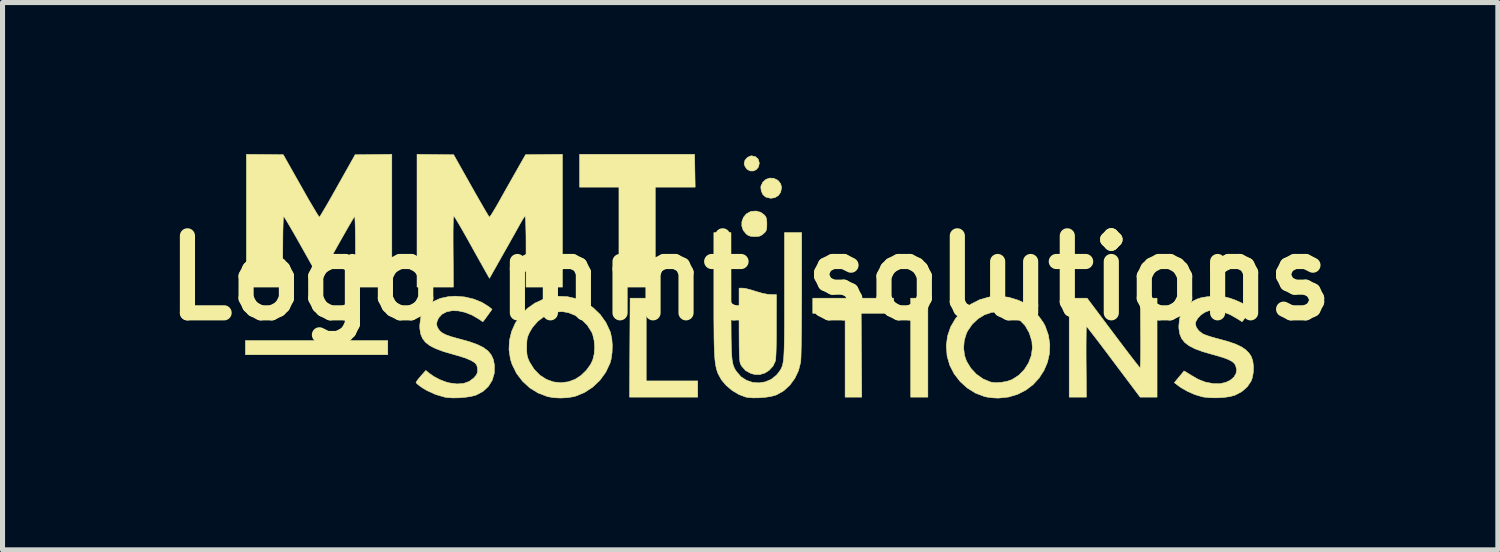
<source format=kicad_pcb>
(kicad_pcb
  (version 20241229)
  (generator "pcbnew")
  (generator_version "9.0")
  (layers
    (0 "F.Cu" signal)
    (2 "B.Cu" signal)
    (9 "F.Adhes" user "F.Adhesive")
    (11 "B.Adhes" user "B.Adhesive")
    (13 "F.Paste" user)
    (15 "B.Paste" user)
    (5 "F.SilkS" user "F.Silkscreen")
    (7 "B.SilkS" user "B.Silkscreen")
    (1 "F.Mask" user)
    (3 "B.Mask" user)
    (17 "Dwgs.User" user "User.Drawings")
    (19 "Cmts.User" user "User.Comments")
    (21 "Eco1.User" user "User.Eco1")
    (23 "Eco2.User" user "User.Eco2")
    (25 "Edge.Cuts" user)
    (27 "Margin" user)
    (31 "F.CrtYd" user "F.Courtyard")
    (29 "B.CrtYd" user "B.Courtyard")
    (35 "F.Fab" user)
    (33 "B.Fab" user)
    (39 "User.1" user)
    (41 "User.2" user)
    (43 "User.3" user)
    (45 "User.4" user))
  (footprint "Logo mmt solutions"
    (layer "F.Cu")
    (at 11.8 2.453)
    (property "Reference" "Logo mmt solutions" (at 0 0 0) (layer "F.SilkS") (effects (font (size 1.524 1.524) (thickness 0.3))))
    (attr through_hole)
    (fp_poly (pts (xy -7.174 1.519) (xy -9.992 1.519) (xy -9.992 1.239) (xy -7.174 1.239) (xy -7.174 1.519)) (stroke (width 0.01) (type solid)) (fill yes) (layer "F.SilkS"))
    (fp_poly (pts (xy 3.517 2.358) (xy 3.177 2.358) (xy 3.177 0.4) (xy 3.517 0.4) (xy 3.517 2.358)) (stroke (width 0.01) (type solid)) (fill yes) (layer "F.SilkS"))
    (fp_poly (pts (xy -2.058 2.038) (xy -1.039 2.038) (xy -1.039 2.358) (xy -1.714 2.358) (xy -2.388 2.358) (xy -2.377 0.4) (xy -2.058 0.4) (xy -2.058 2.038)) (stroke (width 0.01) (type solid)) (fill yes) (layer "F.SilkS"))
    (fp_poly (pts (xy -1.095 -2.123) (xy -1.089 -1.799) (xy -1.484 -1.799) (xy -1.879 -1.799) (xy -1.879 0.18) (xy -2.598 0.18) (xy -2.598 -1.799) (xy -3.377 -1.799) (xy -3.377 -2.448) (xy -1.101 -2.448) (xy -1.095 -2.123)) (stroke (width 0.01) (type solid)) (fill yes) (layer "F.SilkS"))
    (fp_poly (pts (xy 2.838 0.699) (xy 2.197 0.699) (xy 2.203 1.529) (xy 2.208 2.358) (xy 2.043 2.358) (xy 1.879 2.358) (xy 1.879 0.699) (xy 1.239 0.699) (xy 1.239 0.4) (xy 2.838 0.4) (xy 2.838 0.699)) (stroke (width 0.01) (type solid)) (fill yes) (layer "F.SilkS"))
    (fp_poly (pts (xy 0.106 -2.401) (xy 0.157 -2.355) (xy 0.179 -2.283) (xy 0.18 -2.268) (xy 0.164 -2.197) (xy 0.122 -2.146) (xy 0.065 -2.119) (xy 0.002 -2.119) (xy -0.058 -2.149) (xy -0.078 -2.171) (xy -0.108 -2.221) (xy -0.12 -2.268) (xy -0.12 -2.268) (xy -0.102 -2.334) (xy -0.055 -2.387) (xy 0.008 -2.416) (xy 0.031 -2.418) (xy 0.106 -2.401)) (stroke (width 0.01) (type solid)) (fill yes) (layer "F.SilkS"))
    (fp_poly (pts (xy 0.466 -1.974) (xy 0.54 -1.938) (xy 0.561 -1.92) (xy 0.603 -1.866) (xy 0.619 -1.806) (xy 0.62 -1.779) (xy 0.602 -1.695) (xy 0.556 -1.631) (xy 0.489 -1.591) (xy 0.408 -1.578) (xy 0.321 -1.598) (xy 0.296 -1.61) (xy 0.249 -1.655) (xy 0.219 -1.723) (xy 0.21 -1.797) (xy 0.214 -1.823) (xy 0.251 -1.899) (xy 0.311 -1.952) (xy 0.386 -1.978) (xy 0.466 -1.974)) (stroke (width 0.01) (type solid)) (fill yes) (layer "F.SilkS"))
    (fp_poly (pts (xy 0.21 -1.3) (xy 0.281 -1.247) (xy 0.309 -1.212) (xy 0.323 -1.17) (xy 0.329 -1.11) (xy 0.33 -1.066) (xy 0.328 -0.994) (xy 0.32 -0.948) (xy 0.301 -0.914) (xy 0.267 -0.88) (xy 0.264 -0.878) (xy 0.217 -0.842) (xy 0.169 -0.824) (xy 0.101 -0.819) (xy 0.091 -0.819) (xy 0.017 -0.824) (xy -0.036 -0.841) (xy -0.078 -0.871) (xy -0.138 -0.944) (xy -0.166 -1.029) (xy -0.164 -1.118) (xy -0.133 -1.201) (xy -0.076 -1.269) (xy 0.005 -1.314) (xy 0.019 -1.319) (xy 0.117 -1.326) (xy 0.21 -1.3)) (stroke (width 0.01) (type solid)) (fill yes) (layer "F.SilkS"))
    (fp_poly (pts (xy -0.099 0.206) (xy -0.024 0.224) (xy 0.063 0.249) (xy 0.105 0.263) (xy 0.235 0.301) (xy 0.348 0.323) (xy 0.405 0.327) (xy 0.52 0.329) (xy 0.519 0.949) (xy 0.519 1.123) (xy 0.517 1.28) (xy 0.514 1.415) (xy 0.51 1.523) (xy 0.505 1.6) (xy 0.499 1.642) (xy 0.499 1.643) (xy 0.452 1.743) (xy 0.374 1.828) (xy 0.291 1.881) (xy 0.189 1.912) (xy 0.09 1.91) (xy 0.013 1.889) (xy -0.091 1.833) (xy -0.167 1.747) (xy -0.189 1.708) (xy -0.197 1.686) (xy -0.204 1.654) (xy -0.209 1.608) (xy -0.213 1.546) (xy -0.216 1.462) (xy -0.218 1.352) (xy -0.219 1.213) (xy -0.22 1.04) (xy -0.22 0.921) (xy -0.22 0.2) (xy -0.149 0.2) (xy -0.099 0.206)) (stroke (width 0.01) (type solid)) (fill yes) (layer "F.SilkS"))
    (fp_poly (pts (xy 7.889 0.4) (xy 8.054 0.4) (xy 8.054 2.358) (xy 7.719 2.358) (xy 7.194 1.659) (xy 7.084 1.512) (xy 6.982 1.377) (xy 6.889 1.254) (xy 6.808 1.149) (xy 6.742 1.064) (xy 6.694 1.002) (xy 6.665 0.966) (xy 6.657 0.959) (xy 6.655 0.978) (xy 6.652 1.033) (xy 6.651 1.119) (xy 6.65 1.231) (xy 6.649 1.365) (xy 6.649 1.516) (xy 6.65 1.659) (xy 6.656 2.358) (xy 6.315 2.358) (xy 6.315 0.4) (xy 6.67 0.4) (xy 7.187 1.089) (xy 7.296 1.234) (xy 7.398 1.369) (xy 7.49 1.49) (xy 7.57 1.594) (xy 7.635 1.678) (xy 7.684 1.739) (xy 7.712 1.773) (xy 7.718 1.779) (xy 7.722 1.759) (xy 7.724 1.705) (xy 7.727 1.619) (xy 7.728 1.507) (xy 7.729 1.374) (xy 7.729 1.223) (xy 7.728 1.089) (xy 7.724 0.4) (xy 7.889 0.4)) (stroke (width 0.01) (type solid)) (fill yes) (layer "F.SilkS"))
    (fp_poly (pts (xy -7.094 -1.134) (xy -7.094 0.18) (xy -7.814 0.18) (xy -7.814 -0.52) (xy -7.814 -0.682) (xy -7.815 -0.832) (xy -7.817 -0.963) (xy -7.82 -1.072) (xy -7.823 -1.153) (xy -7.826 -1.204) (xy -7.829 -1.219) (xy -7.842 -1.202) (xy -7.872 -1.154) (xy -7.916 -1.079) (xy -7.973 -0.981) (xy -8.04 -0.863) (xy -8.115 -0.731) (xy -8.184 -0.609) (xy -8.275 -0.446) (xy -8.349 -0.315) (xy -8.407 -0.213) (xy -8.453 -0.137) (xy -8.487 -0.084) (xy -8.512 -0.05) (xy -8.529 -0.033) (xy -8.541 -0.029) (xy -8.549 -0.035) (xy -8.565 -0.06) (xy -8.598 -0.116) (xy -8.645 -0.198) (xy -8.704 -0.302) (xy -8.772 -0.423) (xy -8.847 -0.557) (xy -8.896 -0.644) (xy -8.974 -0.782) (xy -9.046 -0.908) (xy -9.11 -1.018) (xy -9.163 -1.108) (xy -9.203 -1.174) (xy -9.228 -1.212) (xy -9.235 -1.219) (xy -9.239 -1.2) (xy -9.243 -1.145) (xy -9.246 -1.059) (xy -9.249 -0.947) (xy -9.251 -0.813) (xy -9.252 -0.662) (xy -9.253 -0.52) (xy -9.253 0.18) (xy -9.972 0.18) (xy -9.972 -1.134) (xy -9.972 -2.448) (xy -9.607 -2.445) (xy -9.243 -2.441) (xy -8.893 -1.821) (xy -8.812 -1.678) (xy -8.737 -1.546) (xy -8.669 -1.431) (xy -8.612 -1.335) (xy -8.568 -1.263) (xy -8.539 -1.218) (xy -8.527 -1.205) (xy -8.514 -1.223) (xy -8.484 -1.272) (xy -8.439 -1.348) (xy -8.381 -1.446) (xy -8.313 -1.564) (xy -8.238 -1.697) (xy -8.166 -1.825) (xy -7.82 -2.44) (xy -7.457 -2.444) (xy -7.094 -2.448) (xy -7.094 -1.134)) (stroke (width 0.01) (type solid)) (fill yes) (layer "F.SilkS"))
    (fp_poly (pts (xy -3.717 -1.134) (xy -3.717 0.18) (xy -4.437 0.18) (xy -4.437 -0.52) (xy -4.437 -0.697) (xy -4.438 -0.854) (xy -4.441 -0.988) (xy -4.444 -1.094) (xy -4.448 -1.17) (xy -4.452 -1.212) (xy -4.455 -1.219) (xy -4.464 -1.215) (xy -4.478 -1.199) (xy -4.499 -1.167) (xy -4.53 -1.115) (xy -4.573 -1.039) (xy -4.631 -0.934) (xy -4.667 -0.869) (xy -4.694 -0.822) (xy -4.736 -0.747) (xy -4.79 -0.65) (xy -4.853 -0.54) (xy -4.92 -0.421) (xy -4.942 -0.382) (xy -5.161 0.006) (xy -5.228 -0.112) (xy -5.256 -0.161) (xy -5.299 -0.239) (xy -5.356 -0.34) (xy -5.422 -0.458) (xy -5.494 -0.587) (xy -5.569 -0.722) (xy -5.57 -0.724) (xy -5.642 -0.852) (xy -5.708 -0.968) (xy -5.766 -1.068) (xy -5.813 -1.147) (xy -5.847 -1.201) (xy -5.864 -1.225) (xy -5.865 -1.226) (xy -5.871 -1.209) (xy -5.876 -1.152) (xy -5.879 -1.056) (xy -5.881 -0.922) (xy -5.881 -0.749) (xy -5.88 -0.539) (xy -5.88 -0.527) (xy -5.874 0.18) (xy -6.595 0.18) (xy -6.595 -1.134) (xy -6.595 -2.448) (xy -6.232 -2.444) (xy -5.87 -2.44) (xy -5.524 -1.825) (xy -5.443 -1.682) (xy -5.368 -1.551) (xy -5.301 -1.435) (xy -5.245 -1.338) (xy -5.201 -1.265) (xy -5.173 -1.219) (xy -5.162 -1.205) (xy -5.148 -1.22) (xy -5.117 -1.265) (xy -5.075 -1.334) (xy -5.023 -1.421) (xy -4.97 -1.514) (xy -4.896 -1.647) (xy -4.811 -1.798) (xy -4.724 -1.951) (xy -4.645 -2.091) (xy -4.62 -2.135) (xy -4.446 -2.441) (xy -4.082 -2.445) (xy -3.717 -2.448) (xy -3.717 -1.134)) (stroke (width 0.01) (type solid)) (fill yes) (layer "F.SilkS"))
    (fp_poly (pts (xy 5.116 0.381) (xy 5.306 0.439) (xy 5.4 0.483) (xy 5.507 0.555) (xy 5.617 0.652) (xy 5.718 0.765) (xy 5.801 0.881) (xy 5.838 0.948) (xy 5.903 1.13) (xy 5.931 1.313) (xy 5.924 1.494) (xy 5.885 1.667) (xy 5.816 1.83) (xy 5.72 1.979) (xy 5.6 2.11) (xy 5.457 2.219) (xy 5.295 2.302) (xy 5.115 2.356) (xy 4.921 2.377) (xy 4.897 2.377) (xy 4.804 2.372) (xy 4.709 2.361) (xy 4.639 2.347) (xy 4.46 2.279) (xy 4.298 2.178) (xy 4.156 2.05) (xy 4.039 1.899) (xy 3.952 1.731) (xy 3.899 1.55) (xy 3.897 1.537) (xy 3.886 1.384) (xy 4.225 1.384) (xy 4.243 1.532) (xy 4.281 1.643) (xy 4.366 1.784) (xy 4.477 1.904) (xy 4.608 1.997) (xy 4.752 2.057) (xy 4.764 2.061) (xy 4.858 2.072) (xy 4.971 2.066) (xy 5.085 2.045) (xy 5.183 2.011) (xy 5.187 2.009) (xy 5.318 1.924) (xy 5.427 1.813) (xy 5.51 1.681) (xy 5.565 1.536) (xy 5.586 1.385) (xy 5.576 1.252) (xy 5.524 1.085) (xy 5.442 0.942) (xy 5.329 0.825) (xy 5.19 0.736) (xy 5.065 0.688) (xy 4.921 0.666) (xy 4.777 0.681) (xy 4.638 0.729) (xy 4.509 0.808) (xy 4.396 0.915) (xy 4.305 1.047) (xy 4.281 1.095) (xy 4.238 1.234) (xy 4.225 1.384) (xy 3.886 1.384) (xy 3.882 1.338) (xy 3.907 1.147) (xy 3.969 0.966) (xy 4.068 0.798) (xy 4.204 0.645) (xy 4.207 0.642) (xy 4.368 0.518) (xy 4.544 0.429) (xy 4.73 0.376) (xy 4.922 0.36) (xy 5.116 0.381)) (stroke (width 0.01) (type solid)) (fill yes) (layer "F.SilkS"))
    (fp_poly (pts (xy -3.62 0.369) (xy -3.436 0.411) (xy -3.263 0.486) (xy -3.106 0.591) (xy -2.969 0.723) (xy -2.856 0.881) (xy -2.772 1.061) (xy -2.766 1.079) (xy -2.74 1.195) (xy -2.729 1.332) (xy -2.734 1.475) (xy -2.753 1.608) (xy -2.775 1.687) (xy -2.86 1.867) (xy -2.976 2.026) (xy -3.119 2.161) (xy -3.283 2.268) (xy -3.463 2.341) (xy -3.491 2.348) (xy -3.615 2.369) (xy -3.756 2.376) (xy -3.898 2.368) (xy -4.015 2.347) (xy -4.197 2.277) (xy -4.363 2.175) (xy -4.507 2.043) (xy -4.625 1.888) (xy -4.712 1.712) (xy -4.746 1.608) (xy -4.774 1.422) (xy -4.772 1.369) (xy -4.424 1.369) (xy -4.423 1.462) (xy -4.416 1.53) (xy -4.401 1.586) (xy -4.376 1.645) (xy -4.367 1.664) (xy -4.277 1.807) (xy -4.165 1.922) (xy -4.036 2.006) (xy -3.895 2.057) (xy -3.747 2.073) (xy -3.597 2.054) (xy -3.467 2.006) (xy -3.35 1.93) (xy -3.243 1.827) (xy -3.158 1.709) (xy -3.117 1.624) (xy -3.088 1.505) (xy -3.079 1.372) (xy -3.089 1.237) (xy -3.118 1.117) (xy -3.135 1.075) (xy -3.224 0.935) (xy -3.34 0.819) (xy -3.464 0.74) (xy -3.595 0.687) (xy -3.717 0.665) (xy -3.842 0.674) (xy -3.934 0.697) (xy -4.074 0.759) (xy -4.201 0.854) (xy -4.307 0.974) (xy -4.366 1.073) (xy -4.395 1.136) (xy -4.413 1.191) (xy -4.421 1.254) (xy -4.424 1.338) (xy -4.424 1.369) (xy -4.772 1.369) (xy -4.766 1.238) (xy -4.723 1.059) (xy -4.649 0.892) (xy -4.545 0.739) (xy -4.416 0.606) (xy -4.263 0.498) (xy -4.089 0.417) (xy -4.004 0.391) (xy -3.811 0.361) (xy -3.62 0.369)) (stroke (width 0.01) (type solid)) (fill yes) (layer "F.SilkS"))
    (fp_poly (pts (xy -0.379 0.335) (xy -0.379 0.601) (xy -0.379 0.83) (xy -0.378 1.025) (xy -0.377 1.19) (xy -0.374 1.327) (xy -0.37 1.44) (xy -0.365 1.532) (xy -0.359 1.607) (xy -0.35 1.666) (xy -0.339 1.714) (xy -0.326 1.753) (xy -0.311 1.788) (xy -0.293 1.82) (xy -0.271 1.852) (xy -0.27 1.854) (xy -0.182 1.955) (xy -0.074 2.025) (xy 0.047 2.066) (xy 0.173 2.076) (xy 0.299 2.056) (xy 0.416 2.006) (xy 0.518 1.925) (xy 0.561 1.874) (xy 0.584 1.841) (xy 0.604 1.811) (xy 0.621 1.778) (xy 0.635 1.742) (xy 0.647 1.697) (xy 0.656 1.642) (xy 0.664 1.573) (xy 0.669 1.487) (xy 0.673 1.38) (xy 0.676 1.25) (xy 0.678 1.094) (xy 0.679 0.908) (xy 0.679 0.69) (xy 0.679 0.436) (xy 0.679 0.346) (xy 0.679 -0.899) (xy 1.019 -0.899) (xy 1.019 0.315) (xy 1.018 0.552) (xy 1.017 0.776) (xy 1.016 0.983) (xy 1.014 1.17) (xy 1.011 1.332) (xy 1.008 1.467) (xy 1.005 1.572) (xy 1.001 1.642) (xy 0.999 1.666) (xy 0.957 1.833) (xy 0.884 1.986) (xy 0.785 2.121) (xy 0.664 2.232) (xy 0.526 2.311) (xy 0.505 2.319) (xy 0.417 2.343) (xy 0.304 2.361) (xy 0.18 2.371) (xy 0.059 2.373) (xy -0.045 2.365) (xy -0.088 2.357) (xy -0.224 2.306) (xy -0.356 2.227) (xy -0.475 2.127) (xy -0.57 2.014) (xy -0.636 1.894) (xy -0.638 1.889) (xy -0.654 1.844) (xy -0.668 1.797) (xy -0.679 1.747) (xy -0.689 1.69) (xy -0.697 1.622) (xy -0.704 1.54) (xy -0.709 1.441) (xy -0.713 1.322) (xy -0.716 1.179) (xy -0.717 1.009) (xy -0.719 0.809) (xy -0.719 0.575) (xy -0.719 0.315) (xy -0.719 -0.899) (xy -0.38 -0.899) (xy -0.379 0.335)) (stroke (width 0.01) (type solid)) (fill yes) (layer "F.SilkS"))
    (fp_poly (pts (xy -5.652 0.375) (xy -5.473 0.417) (xy -5.31 0.483) (xy -5.172 0.569) (xy -5.158 0.581) (xy -5.111 0.62) (xy -5.164 0.695) (xy -5.206 0.753) (xy -5.245 0.807) (xy -5.254 0.818) (xy -5.292 0.867) (xy -5.369 0.814) (xy -5.506 0.734) (xy -5.643 0.68) (xy -5.776 0.651) (xy -5.899 0.647) (xy -6.009 0.669) (xy -6.099 0.716) (xy -6.166 0.788) (xy -6.195 0.85) (xy -6.208 0.904) (xy -6.2 0.952) (xy -6.182 0.993) (xy -6.149 1.042) (xy -6.1 1.084) (xy -6.029 1.122) (xy -5.93 1.158) (xy -5.799 1.195) (xy -5.745 1.209) (xy -5.555 1.262) (xy -5.401 1.317) (xy -5.28 1.377) (xy -5.19 1.445) (xy -5.125 1.524) (xy -5.084 1.615) (xy -5.063 1.722) (xy -5.062 1.735) (xy -5.066 1.887) (xy -5.107 2.025) (xy -5.182 2.145) (xy -5.288 2.244) (xy -5.422 2.316) (xy -5.427 2.318) (xy -5.515 2.342) (xy -5.629 2.36) (xy -5.755 2.371) (xy -5.881 2.374) (xy -5.991 2.367) (xy -6.045 2.359) (xy -6.229 2.305) (xy -6.402 2.226) (xy -6.49 2.173) (xy -6.55 2.13) (xy -6.594 2.094) (xy -6.614 2.071) (xy -6.615 2.069) (xy -6.602 2.045) (xy -6.569 2) (xy -6.523 1.945) (xy -6.518 1.939) (xy -6.421 1.83) (xy -6.355 1.885) (xy -6.26 1.951) (xy -6.144 2.012) (xy -6.024 2.058) (xy -5.959 2.076) (xy -5.804 2.097) (xy -5.672 2.087) (xy -5.561 2.047) (xy -5.471 1.979) (xy -5.423 1.923) (xy -5.4 1.875) (xy -5.396 1.83) (xy -5.401 1.769) (xy -5.415 1.721) (xy -5.416 1.718) (xy -5.456 1.674) (xy -5.529 1.63) (xy -5.638 1.584) (xy -5.784 1.538) (xy -5.884 1.51) (xy -6.071 1.456) (xy -6.221 1.4) (xy -6.338 1.341) (xy -6.425 1.275) (xy -6.485 1.199) (xy -6.522 1.111) (xy -6.539 1.007) (xy -6.541 0.939) (xy -6.523 0.79) (xy -6.47 0.66) (xy -6.386 0.551) (xy -6.273 0.465) (xy -6.133 0.403) (xy -5.969 0.368) (xy -5.835 0.36) (xy -5.652 0.375)) (stroke (width 0.01) (type solid)) (fill yes) (layer "F.SilkS"))
    (fp_poly (pts (xy 9.314 0.365) (xy 9.417 0.379) (xy 9.508 0.403) (xy 9.612 0.441) (xy 9.716 0.488) (xy 9.807 0.536) (xy 9.87 0.58) (xy 9.917 0.62) (xy 9.865 0.695) (xy 9.823 0.753) (xy 9.783 0.806) (xy 9.774 0.818) (xy 9.737 0.866) (xy 9.639 0.804) (xy 9.498 0.724) (xy 9.367 0.673) (xy 9.235 0.648) (xy 9.217 0.647) (xy 9.136 0.643) (xy 9.077 0.649) (xy 9.024 0.668) (xy 8.993 0.683) (xy 8.92 0.733) (xy 8.86 0.797) (xy 8.822 0.864) (xy 8.813 0.907) (xy 8.831 0.976) (xy 8.879 1.043) (xy 8.949 1.099) (xy 8.976 1.113) (xy 9.032 1.135) (xy 9.114 1.162) (xy 9.211 1.19) (xy 9.283 1.209) (xy 9.462 1.258) (xy 9.607 1.308) (xy 9.72 1.361) (xy 9.808 1.42) (xy 9.874 1.487) (xy 9.914 1.545) (xy 9.948 1.637) (xy 9.963 1.75) (xy 9.959 1.871) (xy 9.937 1.984) (xy 9.914 2.044) (xy 9.839 2.155) (xy 9.732 2.248) (xy 9.601 2.318) (xy 9.594 2.321) (xy 9.497 2.347) (xy 9.373 2.365) (xy 9.237 2.372) (xy 9.101 2.37) (xy 8.978 2.357) (xy 8.939 2.349) (xy 8.802 2.308) (xy 8.661 2.246) (xy 8.532 2.173) (xy 8.48 2.136) (xy 8.396 2.072) (xy 8.489 1.96) (xy 8.535 1.905) (xy 8.57 1.863) (xy 8.586 1.842) (xy 8.587 1.841) (xy 8.604 1.848) (xy 8.646 1.873) (xy 8.706 1.91) (xy 8.727 1.924) (xy 8.871 2.007) (xy 9.01 2.061) (xy 9.158 2.089) (xy 9.184 2.092) (xy 9.306 2.091) (xy 9.415 2.066) (xy 9.506 2.022) (xy 9.575 1.962) (xy 9.618 1.89) (xy 9.63 1.81) (xy 9.606 1.726) (xy 9.605 1.724) (xy 9.577 1.684) (xy 9.533 1.649) (xy 9.468 1.615) (xy 9.377 1.58) (xy 9.255 1.542) (xy 9.138 1.51) (xy 8.952 1.456) (xy 8.803 1.401) (xy 8.687 1.341) (xy 8.601 1.275) (xy 8.541 1.199) (xy 8.504 1.11) (xy 8.487 1.005) (xy 8.485 0.949) (xy 8.501 0.798) (xy 8.552 0.666) (xy 8.638 0.554) (xy 8.758 0.461) (xy 8.846 0.417) (xy 8.937 0.388) (xy 9.054 0.37) (xy 9.184 0.362) (xy 9.314 0.365)) (stroke (width 0.01) (type solid)) (fill yes) (layer "F.SilkS")))
  (gr_rect
    (start -3 -3)
    (end 26.6 7.835)
    (stroke (width 0.1) (type default))
    (fill no)
    (layer "Edge.Cuts")))
</source>
